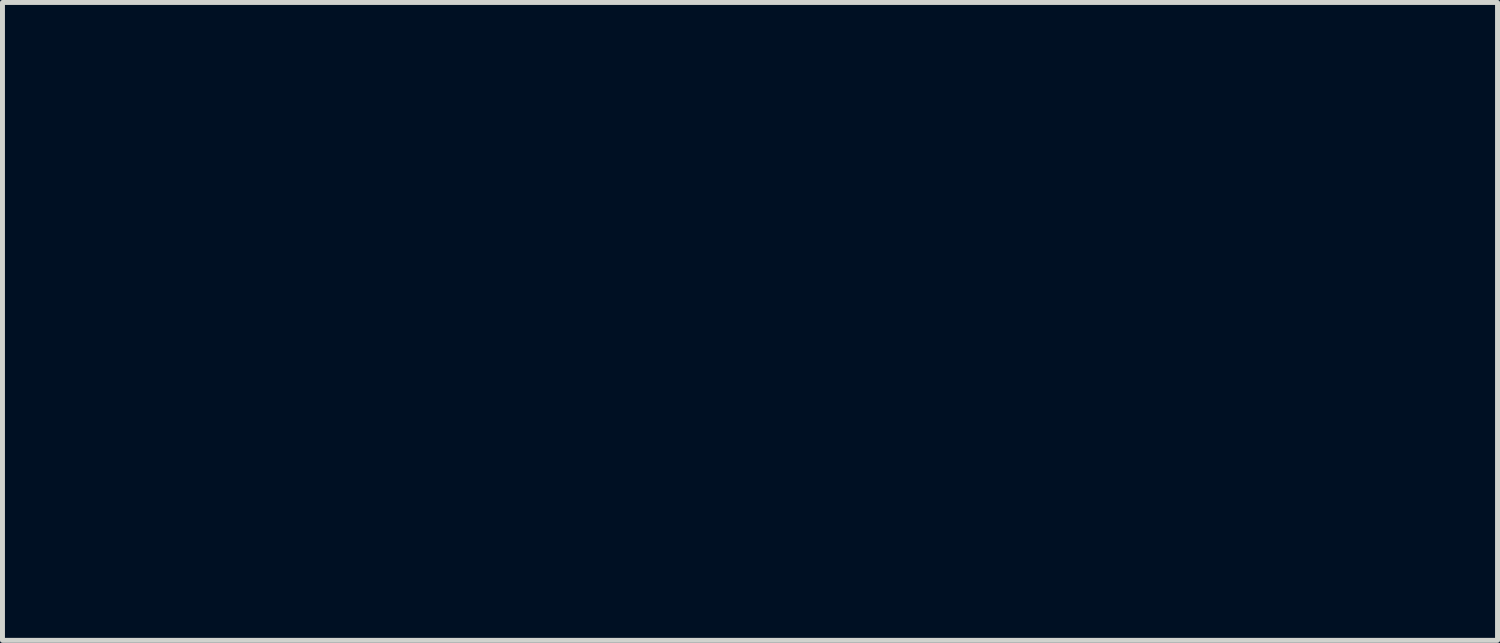
<source format=kicad_pcb>
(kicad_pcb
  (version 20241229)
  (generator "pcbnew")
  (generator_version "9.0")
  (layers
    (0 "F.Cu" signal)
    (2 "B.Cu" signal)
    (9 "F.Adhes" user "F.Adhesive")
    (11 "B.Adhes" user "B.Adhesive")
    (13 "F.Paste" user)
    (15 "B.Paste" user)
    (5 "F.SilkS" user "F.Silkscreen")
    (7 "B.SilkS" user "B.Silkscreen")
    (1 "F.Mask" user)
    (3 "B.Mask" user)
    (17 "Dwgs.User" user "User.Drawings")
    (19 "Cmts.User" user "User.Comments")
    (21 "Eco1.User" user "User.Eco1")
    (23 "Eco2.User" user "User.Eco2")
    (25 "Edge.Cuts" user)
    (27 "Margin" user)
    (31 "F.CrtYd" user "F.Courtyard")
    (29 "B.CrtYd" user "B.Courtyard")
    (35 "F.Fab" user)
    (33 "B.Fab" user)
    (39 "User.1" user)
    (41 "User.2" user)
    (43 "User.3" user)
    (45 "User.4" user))
  (footprint "kitchen_head_copper"
    (layer "F.Cu")
    (at 12.127 3.446)
    (property "Reference" "kitchen_head_copper" (at 0 0 0) (layer "F.Mask") (effects (font (size 1.524 1.524) (thickness 0.3))))
    (attr through_hole)
    (fp_poly (pts (xy 0.567 2.15) (xy 0.603 2.164) (xy 0.657 2.185) (xy 0.729 2.214) (xy 0.817 2.249) (xy 0.917 2.29) (xy 1.029 2.335) (xy 1.149 2.384) (xy 1.277 2.436) (xy 1.286 2.44) (xy 1.434 2.501) (xy 1.562 2.553) (xy 1.669 2.596) (xy 1.759 2.632) (xy 1.833 2.662) (xy 1.893 2.685) (xy 1.941 2.702) (xy 1.98 2.715) (xy 2.01 2.724) (xy 2.035 2.73) (xy 2.055 2.733) (xy 2.073 2.735) (xy 2.087 2.735) (xy 2.147 2.738) (xy 2.212 2.747) (xy 2.246 2.753) (xy 2.289 2.765) (xy 2.342 2.782) (xy 2.398 2.802) (xy 2.451 2.822) (xy 2.496 2.84) (xy 2.526 2.855) (xy 2.534 2.86) (xy 2.533 2.874) (xy 2.523 2.906) (xy 2.508 2.951) (xy 2.489 3.004) (xy 2.468 3.058) (xy 2.447 3.11) (xy 2.428 3.154) (xy 2.414 3.184) (xy 2.407 3.194) (xy 2.392 3.193) (xy 2.36 3.183) (xy 2.314 3.165) (xy 2.264 3.143) (xy 2.153 3.09) (xy 2.064 3.038) (xy 1.996 2.986) (xy 1.964 2.955) (xy 1.953 2.945) (xy 1.936 2.934) (xy 1.912 2.92) (xy 1.877 2.902) (xy 1.832 2.881) (xy 1.774 2.855) (xy 1.701 2.824) (xy 1.613 2.787) (xy 1.507 2.742) (xy 1.382 2.69) (xy 1.236 2.63) (xy 1.131 2.587) (xy 0.996 2.532) (xy 0.868 2.479) (xy 0.747 2.43) (xy 0.638 2.385) (xy 0.541 2.345) (xy 0.458 2.311) (xy 0.392 2.284) (xy 0.345 2.265) (xy 0.318 2.254) (xy 0.313 2.252) (xy 0.307 2.246) (xy 0.319 2.235) (xy 0.349 2.22) (xy 0.402 2.199) (xy 0.414 2.194) (xy 0.467 2.174) (xy 0.512 2.158) (xy 0.543 2.148) (xy 0.553 2.145) (xy 0.567 2.15)) (stroke (width 0.01) (type solid)) (fill yes) (layer "F.Mask"))
    (fp_poly (pts (xy -3.535 0.154) (xy -3.515 0.156) (xy -3.492 0.161) (xy -3.464 0.169) (xy -3.427 0.181) (xy -3.38 0.199) (xy -3.32 0.222) (xy -3.246 0.251) (xy -3.155 0.288) (xy -3.045 0.332) (xy -2.914 0.386) (xy -2.9 0.392) (xy -2.771 0.444) (xy -2.638 0.499) (xy -2.505 0.553) (xy -2.377 0.605) (xy -2.257 0.654) (xy -2.149 0.698) (xy -2.058 0.735) (xy -2.003 0.758) (xy -1.92 0.792) (xy -1.844 0.823) (xy -1.779 0.851) (xy -1.728 0.873) (xy -1.695 0.888) (xy -1.682 0.894) (xy -1.668 0.916) (xy -1.666 0.929) (xy -1.656 0.953) (xy -1.631 0.981) (xy -1.599 1.004) (xy -1.569 1.017) (xy -1.563 1.018) (xy -1.534 1.012) (xy -1.5 0.998) (xy -1.466 0.986) (xy -1.439 0.991) (xy -1.437 0.992) (xy -1.404 1.02) (xy -1.389 1.061) (xy -1.391 1.116) (xy -1.411 1.187) (xy -1.424 1.22) (xy -1.462 1.312) (xy -1.396 1.341) (xy -1.369 1.352) (xy -1.321 1.372) (xy -1.256 1.398) (xy -1.177 1.431) (xy -1.088 1.468) (xy -0.99 1.507) (xy -0.894 1.546) (xy -0.795 1.587) (xy -0.704 1.624) (xy -0.624 1.658) (xy -0.556 1.686) (xy -0.505 1.709) (xy -0.471 1.724) (xy -0.458 1.731) (xy -0.458 1.731) (xy -0.469 1.739) (xy -0.498 1.754) (xy -0.541 1.774) (xy -0.576 1.789) (xy -0.694 1.84) (xy -1.107 1.67) (xy -1.204 1.631) (xy -1.292 1.595) (xy -1.371 1.564) (xy -1.437 1.538) (xy -1.487 1.519) (xy -1.519 1.507) (xy -1.53 1.504) (xy -1.539 1.517) (xy -1.555 1.547) (xy -1.575 1.589) (xy -1.583 1.607) (xy -1.606 1.655) (xy -1.628 1.695) (xy -1.646 1.72) (xy -1.649 1.724) (xy -1.681 1.739) (xy -1.718 1.742) (xy -1.752 1.737) (xy -1.775 1.723) (xy -1.781 1.708) (xy -1.789 1.688) (xy -1.81 1.661) (xy -1.818 1.653) (xy -1.862 1.622) (xy -1.909 1.617) (xy -1.951 1.63) (xy -1.956 1.632) (xy -1.96 1.635) (xy -1.964 1.637) (xy -1.97 1.637) (xy -1.98 1.636) (xy -1.994 1.632) (xy -2.015 1.626) (xy -2.043 1.616) (xy -2.08 1.602) (xy -2.127 1.584) (xy -2.186 1.56) (xy -2.258 1.532) (xy -2.344 1.497) (xy -2.446 1.455) (xy -2.566 1.406) (xy -2.704 1.349) (xy -2.862 1.285) (xy -3.042 1.211) (xy -3.141 1.17) (xy -3.307 1.102) (xy -3.45 1.043) (xy -3.57 0.992) (xy -3.667 0.95) (xy -3.741 0.916) (xy -3.794 0.891) (xy -3.825 0.873) (xy -3.832 0.868) (xy -3.868 0.826) (xy -3.896 0.779) (xy -3.914 0.733) (xy -3.914 0.733) (xy -3.644 0.733) (xy -3.638 0.75) (xy -3.625 0.757) (xy -3.59 0.773) (xy -3.537 0.797) (xy -3.466 0.828) (xy -3.381 0.864) (xy -3.284 0.905) (xy -3.176 0.95) (xy -3.061 0.998) (xy -2.94 1.048) (xy -2.816 1.099) (xy -2.691 1.15) (xy -2.568 1.201) (xy -2.447 1.25) (xy -2.333 1.296) (xy -2.226 1.339) (xy -2.13 1.378) (xy -2.046 1.411) (xy -1.978 1.438) (xy -1.926 1.458) (xy -1.893 1.469) (xy -1.882 1.472) (xy -1.867 1.458) (xy -1.863 1.438) (xy -1.865 1.432) (xy -1.869 1.425) (xy -1.879 1.417) (xy -1.895 1.407) (xy -1.919 1.394) (xy -1.953 1.377) (xy -1.998 1.357) (xy -2.056 1.331) (xy -2.129 1.301) (xy -2.218 1.264) (xy -2.324 1.22) (xy -2.449 1.168) (xy -2.595 1.108) (xy -2.728 1.054) (xy -2.869 0.996) (xy -3.004 0.941) (xy -3.129 0.89) (xy -3.245 0.844) (xy -3.348 0.802) (xy -3.437 0.767) (xy -3.51 0.738) (xy -3.566 0.717) (xy -3.601 0.704) (xy -3.614 0.7) (xy -3.636 0.71) (xy -3.644 0.733) (xy -3.914 0.733) (xy -3.917 0.71) (xy -3.912 0.689) (xy -3.898 0.65) (xy -3.878 0.595) (xy -3.852 0.529) (xy -3.822 0.456) (xy -3.821 0.452) (xy -3.701 0.452) (xy -3.694 0.477) (xy -3.673 0.482) (xy -3.64 0.466) (xy -3.628 0.458) (xy -3.588 0.438) (xy -3.548 0.432) (xy -3.534 0.435) (xy -3.51 0.441) (xy -3.474 0.453) (xy -3.427 0.47) (xy -3.366 0.493) (xy -3.29 0.522) (xy -3.2 0.557) (xy -3.093 0.6) (xy -2.969 0.65) (xy -2.827 0.707) (xy -2.665 0.773) (xy -2.483 0.848) (xy -2.28 0.931) (xy -2.054 1.024) (xy -2.035 1.032) (xy -1.956 1.064) (xy -1.885 1.092) (xy -1.824 1.115) (xy -1.778 1.131) (xy -1.749 1.14) (xy -1.743 1.141) (xy -1.728 1.128) (xy -1.723 1.108) (xy -1.725 1.1) (xy -1.73 1.092) (xy -1.742 1.082) (xy -1.761 1.071) (xy -1.791 1.056) (xy -1.832 1.036) (xy -1.887 1.012) (xy -1.958 0.982) (xy -2.047 0.945) (xy -2.156 0.9) (xy -2.277 0.851) (xy -2.472 0.77) (xy -2.646 0.699) (xy -2.799 0.637) (xy -2.933 0.582) (xy -3.048 0.535) (xy -3.148 0.495) (xy -3.232 0.462) (xy -3.303 0.434) (xy -3.361 0.411) (xy -3.408 0.394) (xy -3.447 0.38) (xy -3.477 0.371) (xy -3.5 0.364) (xy -3.519 0.36) (xy -3.534 0.358) (xy -3.546 0.358) (xy -3.557 0.359) (xy -3.561 0.359) (xy -3.616 0.371) (xy -3.661 0.393) (xy -3.691 0.423) (xy -3.701 0.452) (xy -3.821 0.452) (xy -3.818 0.446) (xy -3.78 0.357) (xy -3.75 0.289) (xy -3.724 0.239) (xy -3.699 0.203) (xy -3.675 0.18) (xy -3.648 0.167) (xy -3.615 0.159) (xy -3.575 0.155) (xy -3.571 0.155) (xy -3.552 0.154) (xy -3.535 0.154)) (stroke (width 0.01) (type solid)) (fill yes) (layer "F.Mask"))
    (fp_poly (pts (xy -1.16 -3.435) (xy -1.037 -3.422) (xy -0.967 -3.41) (xy -0.812 -3.369) (xy -0.662 -3.313) (xy -0.526 -3.245) (xy -0.463 -3.206) (xy -0.363 -3.133) (xy -0.277 -3.053) (xy -0.199 -2.959) (xy -0.156 -2.898) (xy -0.105 -2.831) (xy -0.055 -2.78) (xy -0.032 -2.763) (xy 0.015 -2.737) (xy 0.063 -2.72) (xy 0.106 -2.712) (xy 0.136 -2.715) (xy 0.143 -2.72) (xy 0.151 -2.741) (xy 0.14 -2.762) (xy 0.114 -2.772) (xy 0.108 -2.773) (xy 0.047 -2.785) (xy -0.013 -2.821) (xy -0.056 -2.862) (xy -0.08 -2.89) (xy -0.092 -2.911) (xy -0.089 -2.927) (xy -0.068 -2.945) (xy -0.029 -2.967) (xy 0.006 -2.985) (xy 0.154 -3.048) (xy 0.317 -3.094) (xy 0.488 -3.122) (xy 0.663 -3.132) (xy 0.837 -3.123) (xy 1.005 -3.095) (xy 1.128 -3.06) (xy 1.266 -3.004) (xy 1.386 -2.937) (xy 1.487 -2.861) (xy 1.568 -2.777) (xy 1.629 -2.688) (xy 1.67 -2.593) (xy 1.689 -2.496) (xy 1.686 -2.398) (xy 1.66 -2.3) (xy 1.611 -2.204) (xy 1.538 -2.112) (xy 1.52 -2.093) (xy 1.426 -2.014) (xy 1.319 -1.946) (xy 1.204 -1.891) (xy 1.088 -1.852) (xy 0.979 -1.833) (xy 0.93 -1.828) (xy 0.902 -1.823) (xy 0.888 -1.815) (xy 0.884 -1.802) (xy 0.884 -1.8) (xy 0.888 -1.784) (xy 0.903 -1.776) (xy 0.935 -1.772) (xy 0.951 -1.77) (xy 1.018 -1.767) (xy 1.018 -1.45) (xy 1.08 -1.45) (xy 1.129 -1.446) (xy 1.165 -1.43) (xy 1.176 -1.421) (xy 1.209 -1.393) (xy 1.157 -0.452) (xy 1.147 -0.264) (xy 1.137 -0.101) (xy 1.129 0.039) (xy 1.121 0.159) (xy 1.115 0.258) (xy 1.109 0.34) (xy 1.104 0.404) (xy 1.099 0.452) (xy 1.094 0.487) (xy 1.09 0.508) (xy 1.087 0.518) (xy 1.061 0.54) (xy 1.027 0.552) (xy 0.988 0.557) (xy 0.928 0.562) (xy 0.851 0.568) (xy 0.761 0.573) (xy 0.661 0.578) (xy 0.557 0.583) (xy 0.452 0.587) (xy 0.35 0.591) (xy 0.318 0.591) (xy 0.161 0.595) (xy 0.026 0.598) (xy -0.092 0.601) (xy -0.197 0.602) (xy -0.293 0.603) (xy -0.384 0.603) (xy -0.474 0.602) (xy -0.568 0.601) (xy -0.669 0.599) (xy -0.744 0.597) (xy -0.89 0.593) (xy -1.03 0.589) (xy -1.161 0.583) (xy -1.281 0.577) (xy -1.388 0.571) (xy -1.478 0.564) (xy -1.551 0.558) (xy -1.603 0.551) (xy -1.631 0.545) (xy -1.66 0.524) (xy -1.677 0.485) (xy -1.677 0.485) (xy -1.68 0.465) (xy -1.684 0.421) (xy -1.689 0.357) (xy -1.694 0.273) (xy -1.701 0.174) (xy -1.708 0.06) (xy -1.715 -0.066) (xy -1.72 -0.148) (xy -0.928 -0.148) (xy -0.928 -0.04) (xy -0.928 0.045) (xy -0.927 0.111) (xy -0.925 0.16) (xy -0.922 0.194) (xy -0.919 0.218) (xy -0.914 0.233) (xy -0.908 0.243) (xy -0.907 0.244) (xy -0.893 0.255) (xy -0.872 0.262) (xy -0.838 0.266) (xy -0.786 0.267) (xy -0.764 0.267) (xy -0.694 0.265) (xy -0.647 0.26) (xy -0.619 0.251) (xy -0.616 0.249) (xy -0.61 0.244) (xy -0.606 0.236) (xy -0.602 0.224) (xy -0.598 0.205) (xy -0.596 0.177) (xy -0.594 0.137) (xy -0.592 0.084) (xy -0.591 0.016) (xy -0.59 -0.071) (xy -0.589 -0.178) (xy -0.588 -0.307) (xy -0.588 -0.369) (xy -0.588 -0.375) (xy -0.297 -0.375) (xy -0.293 -0.26) (xy -0.277 -0.16) (xy -0.248 -0.067) (xy -0.214 0.01) (xy -0.179 0.067) (xy -0.132 0.125) (xy -0.081 0.176) (xy -0.03 0.216) (xy 0.014 0.238) (xy 0.1 0.253) (xy 0.185 0.245) (xy 0.251 0.222) (xy 0.33 0.169) (xy 0.398 0.096) (xy 0.454 0.007) (xy 0.497 -0.095) (xy 0.526 -0.207) (xy 0.542 -0.324) (xy 0.542 -0.444) (xy 0.526 -0.564) (xy 0.494 -0.678) (xy 0.467 -0.742) (xy 0.415 -0.834) (xy 0.357 -0.905) (xy 0.29 -0.958) (xy 0.266 -0.972) (xy 0.185 -1.004) (xy 0.103 -1.01) (xy 0.023 -0.991) (xy -0.054 -0.948) (xy -0.124 -0.885) (xy -0.196 -0.79) (xy -0.248 -0.682) (xy -0.281 -0.561) (xy -0.296 -0.423) (xy -0.297 -0.375) (xy -0.588 -0.375) (xy -0.587 -0.509) (xy -0.587 -0.626) (xy -0.586 -0.722) (xy -0.587 -0.799) (xy -0.588 -0.859) (xy -0.589 -0.905) (xy -0.591 -0.939) (xy -0.594 -0.962) (xy -0.597 -0.978) (xy -0.601 -0.988) (xy -0.606 -0.994) (xy -0.62 -1.005) (xy -0.64 -1.012) (xy -0.673 -1.016) (xy -0.723 -1.017) (xy -0.751 -1.018) (xy -0.817 -1.016) (xy -0.861 -1.012) (xy -0.887 -1.004) (xy -0.894 -1) (xy -0.902 -0.979) (xy -0.908 -0.933) (xy -0.914 -0.863) (xy -0.919 -0.769) (xy -0.923 -0.653) (xy -0.926 -0.514) (xy -0.928 -0.353) (xy -0.928 -0.171) (xy -0.928 -0.148) (xy -1.72 -0.148) (xy -1.723 -0.202) (xy -1.731 -0.346) (xy -1.735 -0.413) (xy -1.743 -0.56) (xy -1.751 -0.7) (xy -1.758 -0.832) (xy -1.765 -0.953) (xy -1.771 -1.062) (xy -1.777 -1.154) (xy -1.782 -1.23) (xy -1.785 -1.285) (xy -1.788 -1.318) (xy -1.788 -1.325) (xy -1.791 -1.365) (xy -1.785 -1.391) (xy -1.767 -1.414) (xy -1.763 -1.418) (xy -1.74 -1.436) (xy -1.714 -1.446) (xy -1.676 -1.45) (xy -1.654 -1.45) (xy -1.577 -1.45) (xy -1.577 -1.698) (xy -1.481 -1.694) (xy -1.424 -1.693) (xy -1.385 -1.697) (xy -1.37 -1.703) (xy -1.362 -1.717) (xy -1.371 -1.728) (xy -1.398 -1.738) (xy -1.446 -1.747) (xy -1.517 -1.755) (xy -1.697 -1.783) (xy -1.866 -1.827) (xy -2.02 -1.888) (xy -2.16 -1.964) (xy -2.281 -2.053) (xy -2.384 -2.156) (xy -2.467 -2.27) (xy -2.494 -2.321) (xy -2.519 -2.373) (xy -2.535 -2.414) (xy -2.545 -2.452) (xy -2.55 -2.497) (xy -2.554 -2.558) (xy -2.554 -2.56) (xy -2.556 -2.624) (xy -2.554 -2.671) (xy -2.549 -2.711) (xy -2.538 -2.752) (xy -2.528 -2.78) (xy -2.473 -2.901) (xy -2.395 -3.012) (xy -2.296 -3.113) (xy -2.178 -3.204) (xy -2.041 -3.282) (xy -1.887 -3.347) (xy -1.719 -3.398) (xy -1.666 -3.41) (xy -1.555 -3.428) (xy -1.428 -3.438) (xy -1.293 -3.441) (xy -1.16 -3.435)) (stroke (width 0.01) (type solid)) (fill yes) (layer "F.Mask"))
    (fp_poly (pts (xy 3.881 0.224) (xy 3.902 0.228) (xy 3.909 0.238) (xy 3.909 0.248) (xy 3.903 0.268) (xy 3.885 0.289) (xy 3.855 0.312) (xy 3.809 0.339) (xy 3.745 0.371) (xy 3.661 0.41) (xy 3.59 0.441) (xy 3.506 0.479) (xy 3.443 0.508) (xy 3.399 0.53) (xy 3.371 0.547) (xy 3.357 0.56) (xy 3.354 0.569) (xy 3.357 0.596) (xy 3.364 0.634) (xy 3.364 0.637) (xy 3.367 0.676) (xy 3.355 0.701) (xy 3.34 0.709) (xy 3.304 0.726) (xy 3.249 0.752) (xy 3.175 0.785) (xy 3.085 0.826) (xy 2.981 0.872) (xy 2.863 0.924) (xy 2.735 0.981) (xy 2.598 1.041) (xy 2.453 1.105) (xy 2.374 1.139) (xy 2.227 1.203) (xy 2.086 1.265) (xy 1.954 1.323) (xy 1.832 1.377) (xy 1.723 1.426) (xy 1.627 1.468) (xy 1.546 1.505) (xy 1.483 1.533) (xy 1.439 1.554) (xy 1.416 1.566) (xy 1.412 1.568) (xy 1.417 1.583) (xy 1.43 1.616) (xy 1.45 1.664) (xy 1.475 1.723) (xy 1.489 1.755) (xy 1.52 1.83) (xy 1.542 1.885) (xy 1.552 1.925) (xy 1.551 1.954) (xy 1.538 1.975) (xy 1.513 1.993) (xy 1.477 2.011) (xy 1.467 2.015) (xy 1.405 2.042) (xy 1.36 2.055) (xy 1.328 2.054) (xy 1.305 2.037) (xy 1.286 2.005) (xy 1.276 1.983) (xy 1.261 1.951) (xy 1.245 1.932) (xy 1.242 1.93) (xy 1.224 1.926) (xy 1.186 1.92) (xy 1.136 1.913) (xy 1.093 1.907) (xy 0.958 1.891) (xy 0.749 1.971) (xy 0.588 2.034) (xy 0.408 2.105) (xy 0.212 2.182) (xy 0.007 2.265) (xy -0.206 2.351) (xy -0.42 2.439) (xy -0.598 2.512) (xy -0.758 2.579) (xy -0.897 2.637) (xy -1.015 2.686) (xy -1.115 2.727) (xy -1.198 2.761) (xy -1.266 2.789) (xy -1.32 2.81) (xy -1.363 2.826) (xy -1.395 2.838) (xy -1.419 2.845) (xy -1.436 2.849) (xy -1.448 2.85) (xy -1.457 2.848) (xy -1.463 2.845) (xy -1.47 2.84) (xy -1.478 2.836) (xy -1.481 2.834) (xy -1.506 2.814) (xy -1.531 2.781) (xy -1.54 2.764) (xy -1.558 2.732) (xy -1.572 2.714) (xy -1.576 2.712) (xy -1.642 2.74) (xy -1.702 2.769) (xy -1.752 2.795) (xy -1.787 2.816) (xy -1.805 2.83) (xy -1.806 2.833) (xy -1.814 2.865) (xy -1.836 2.908) (xy -1.866 2.955) (xy -1.901 2.999) (xy -1.925 3.024) (xy -1.957 3.048) (xy -2.01 3.081) (xy -2.079 3.12) (xy -2.162 3.164) (xy -2.254 3.211) (xy -2.352 3.259) (xy -2.454 3.307) (xy -2.556 3.353) (xy -2.653 3.396) (xy -2.744 3.433) (xy -2.744 3.433) (xy -2.808 3.458) (xy -2.827 3.408) (xy -2.839 3.377) (xy -2.839 3.361) (xy -2.828 3.353) (xy -2.819 3.35) (xy -2.79 3.339) (xy -2.741 3.319) (xy -2.678 3.291) (xy -2.602 3.258) (xy -2.52 3.22) (xy -2.433 3.18) (xy -2.347 3.139) (xy -2.264 3.1) (xy -2.251 3.094) (xy -2.153 3.044) (xy -2.072 2.998) (xy -2.01 2.958) (xy -1.968 2.923) (xy -1.948 2.896) (xy -1.946 2.888) (xy -1.957 2.887) (xy -1.986 2.894) (xy -2.026 2.907) (xy -2.032 2.909) (xy -2.144 2.945) (xy -2.239 2.965) (xy -2.318 2.968) (xy -2.383 2.954) (xy -2.435 2.923) (xy -2.476 2.874) (xy -2.49 2.849) (xy -2.514 2.777) (xy -2.515 2.724) (xy -2.413 2.724) (xy -2.409 2.773) (xy -2.387 2.819) (xy -2.377 2.832) (xy -2.337 2.855) (xy -2.279 2.862) (xy -2.202 2.851) (xy -2.111 2.825) (xy -2.035 2.799) (xy -1.981 2.779) (xy -1.945 2.763) (xy -1.923 2.749) (xy -1.913 2.737) (xy -1.912 2.723) (xy -1.914 2.712) (xy -1.934 2.671) (xy -1.97 2.628) (xy -2.015 2.593) (xy -2.028 2.586) (xy -2.075 2.572) (xy -2.137 2.57) (xy -2.204 2.577) (xy -2.27 2.595) (xy -2.312 2.614) (xy -2.352 2.639) (xy -2.385 2.666) (xy -2.399 2.681) (xy -2.413 2.724) (xy -2.515 2.724) (xy -2.515 2.708) (xy -2.493 2.643) (xy -2.449 2.585) (xy -2.386 2.535) (xy -2.304 2.496) (xy -2.205 2.468) (xy -2.197 2.467) (xy -2.107 2.462) (xy -2.022 2.478) (xy -1.945 2.515) (xy -1.88 2.568) (xy -1.833 2.638) (xy -1.825 2.655) (xy -1.808 2.683) (xy -1.793 2.693) (xy -1.79 2.693) (xy -1.733 2.669) (xy -1.683 2.646) (xy -1.643 2.626) (xy -1.62 2.612) (xy -1.615 2.607) (xy -1.62 2.59) (xy -1.632 2.559) (xy -1.641 2.537) (xy -1.656 2.497) (xy -1.665 2.46) (xy -1.666 2.448) (xy -1.666 2.439) (xy -1.666 2.43) (xy -1.664 2.422) (xy -1.659 2.413) (xy -1.651 2.403) (xy -1.638 2.391) (xy -1.619 2.377) (xy -1.594 2.361) (xy -1.56 2.342) (xy -1.518 2.319) (xy -1.465 2.292) (xy -1.402 2.26) (xy -1.327 2.223) (xy -1.238 2.18) (xy -1.135 2.13) (xy -1.017 2.074) (xy -0.883 2.011) (xy -0.732 1.939) (xy -0.562 1.859) (xy -0.372 1.77) (xy -0.162 1.672) (xy 0.069 1.563) (xy 0.173 1.515) (xy 0.696 1.269) (xy 0.774 1.156) (xy 0.806 1.108) (xy 0.832 1.066) (xy 0.848 1.035) (xy 0.852 1.023) (xy 0.847 0.999) (xy 0.833 0.967) (xy 0.832 0.965) (xy 0.818 0.927) (xy 0.82 0.896) (xy 0.842 0.869) (xy 0.886 0.843) (xy 0.916 0.829) (xy 0.974 0.804) (xy 1.015 0.792) (xy 1.043 0.791) (xy 1.063 0.801) (xy 1.067 0.806) (xy 1.077 0.824) (xy 1.095 0.86) (xy 1.119 0.91) (xy 1.146 0.97) (xy 1.157 0.994) (xy 1.184 1.054) (xy 1.209 1.104) (xy 1.229 1.14) (xy 1.241 1.159) (xy 1.244 1.161) (xy 1.258 1.155) (xy 1.293 1.141) (xy 1.346 1.118) (xy 1.415 1.088) (xy 1.498 1.052) (xy 1.592 1.011) (xy 1.694 0.967) (xy 1.764 0.937) (xy 1.975 0.844) (xy 2.164 0.761) (xy 2.333 0.688) (xy 2.482 0.622) (xy 2.612 0.566) (xy 2.726 0.516) (xy 2.824 0.474) (xy 2.907 0.438) (xy 2.976 0.408) (xy 3.034 0.384) (xy 3.08 0.365) (xy 3.117 0.35) (xy 3.146 0.339) (xy 3.167 0.332) (xy 3.183 0.327) (xy 3.194 0.325) (xy 3.201 0.325) (xy 3.207 0.326) (xy 3.211 0.328) (xy 3.214 0.33) (xy 3.24 0.35) (xy 3.261 0.383) (xy 3.263 0.388) (xy 3.278 0.417) (xy 3.29 0.432) (xy 3.292 0.432) (xy 3.307 0.428) (xy 3.34 0.414) (xy 3.39 0.393) (xy 3.452 0.366) (xy 3.523 0.335) (xy 3.537 0.328) (xy 3.621 0.292) (xy 3.686 0.264) (xy 3.736 0.245) (xy 3.774 0.233) (xy 3.806 0.226) (xy 3.834 0.224) (xy 3.841 0.223) (xy 3.881 0.224)) (stroke (width 0.01) (type solid)) (fill yes) (layer "F.Mask")))
  (gr_rect
    (start -3 -3)
    (end 27.253 9.908)
    (stroke (width 0.1) (type default))
    (fill no)
    (layer "Edge.Cuts")))
</source>
